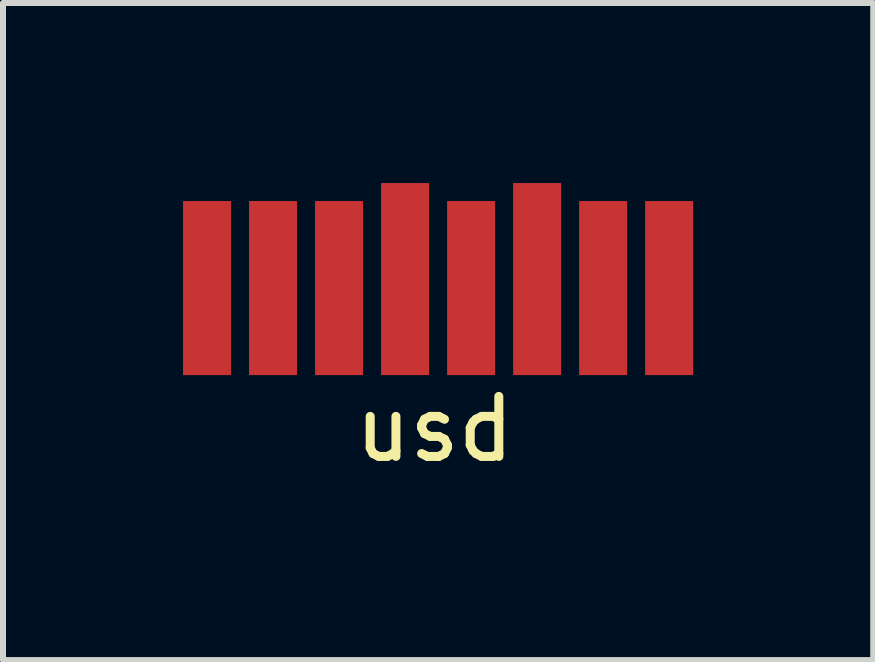
<source format=kicad_pcb>
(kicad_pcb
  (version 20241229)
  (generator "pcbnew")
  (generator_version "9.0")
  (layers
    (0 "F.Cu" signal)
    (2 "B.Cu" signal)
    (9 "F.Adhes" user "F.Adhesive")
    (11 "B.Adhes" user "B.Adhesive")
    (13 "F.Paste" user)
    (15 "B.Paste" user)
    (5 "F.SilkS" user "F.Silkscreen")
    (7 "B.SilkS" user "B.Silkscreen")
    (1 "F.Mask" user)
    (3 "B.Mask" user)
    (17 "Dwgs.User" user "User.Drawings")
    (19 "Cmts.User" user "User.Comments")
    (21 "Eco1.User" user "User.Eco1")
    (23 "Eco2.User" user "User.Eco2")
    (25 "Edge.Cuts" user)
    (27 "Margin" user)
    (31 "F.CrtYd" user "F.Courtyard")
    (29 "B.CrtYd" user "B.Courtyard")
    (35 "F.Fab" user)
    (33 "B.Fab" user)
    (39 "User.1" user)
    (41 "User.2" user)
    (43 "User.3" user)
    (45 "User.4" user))
  (footprint "usd"
    (layer "F.Cu")
    (at 0.4 1.75)
    (property "Reference" "usd" (at 3.79 2.35 0) (layer "F.SilkS") (effects (font (size 1 1) (thickness 0.15))))
    (attr through_hole)
    (pad "1" smd rect (at 0 0) (size 0.8 2.9) (layers "F.Cu" "F.Mask" "F.Paste"))
    (pad "2" smd rect (at 1.1 0) (size 0.8 2.9) (layers "F.Cu" "F.Mask" "F.Paste"))
    (pad "3" smd rect (at 2.2 0) (size 0.8 2.9) (layers "F.Cu" "F.Mask" "F.Paste"))
    (pad "4" smd rect (at 3.3 -0.15) (size 0.8 3.2) (layers "F.Cu" "F.Mask" "F.Paste"))
    (pad "5" smd rect (at 4.4 0) (size 0.8 2.9) (layers "F.Cu" "F.Mask" "F.Paste"))
    (pad "6" smd rect (at 5.5 -0.15) (size 0.8 3.2) (layers "F.Cu" "F.Mask" "F.Paste"))
    (pad "7" smd rect (at 6.6 0) (size 0.8 2.9) (layers "F.Cu" "F.Mask" "F.Paste"))
    (pad "8" smd rect (at 7.7 0) (size 0.8 2.9) (layers "F.Cu" "F.Mask" "F.Paste")))
  (gr_rect
    (start -3 -3)
    (end 11.5 7.948)
    (stroke (width 0.1) (type default))
    (fill no)
    (layer "Edge.Cuts")))
</source>
